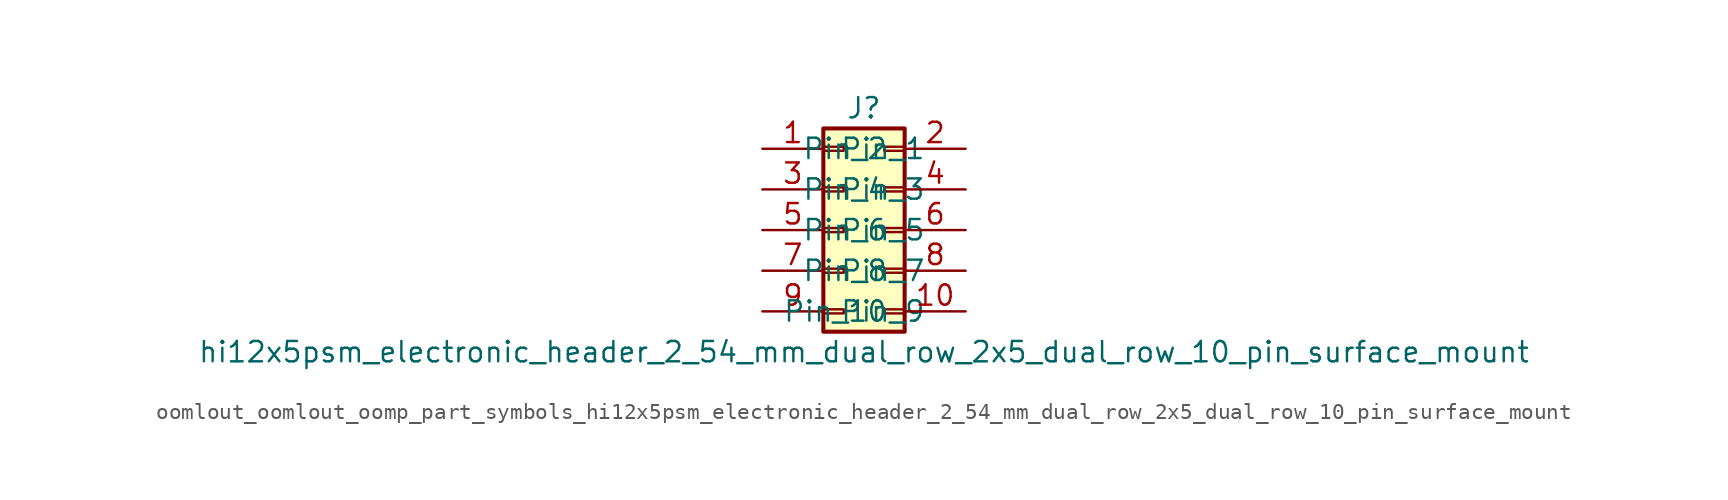
<source format=kicad_sym>
(kicad_symbol_lib
  (version 20220914)
  (generator kicad_symbol_editor)
  (symbol "oomlout_oomlout_oomp_part_symbols_hi12x5psm_electronic_header_2_54_mm_dual_row_2x5_dual_row_10_pin_surface_mount"
    (pin_names
      (offset 1.016))
    (property "Reference" "J"
      (at 1.27 7.62 0)
      (effects (font (size 1.27 1.27))))
    (property "Value" "hi12x5psm_electronic_header_2_54_mm_dual_row_2x5_dual_row_10_pin_surface_mount"
      (at 1.27 -7.62 0)
      (effects (font (size 1.27 1.27))))
    (symbol "oomlout_oomlout_oomp_part_symbols_hi12x5psm_electronic_header_2_54_mm_dual_row_2x5_dual_row_10_pin_surface_mount_1_1"
      (rectangle (start -1.27 -4.953) (end 0 -5.207) (stroke (width 0.152) (type default)) (fill (type none)))
      (rectangle (start -1.27 -2.413) (end 0 -2.667) (stroke (width 0.152) (type default)) (fill (type none)))
      (rectangle (start -1.27 0.127) (end 0 -0.127) (stroke (width 0.152) (type default)) (fill (type none)))
      (rectangle (start -1.27 2.667) (end 0 2.413) (stroke (width 0.152) (type default)) (fill (type none)))
      (rectangle (start -1.27 5.207) (end 0 4.953) (stroke (width 0.152) (type default)) (fill (type none)))
      (rectangle (start -1.27 6.35) (end 3.81 -6.35) (stroke (width 0.254) (type default)) (fill (type background)))
      (rectangle (start 3.81 -4.953) (end 2.54 -5.207) (stroke (width 0.152) (type default)) (fill (type none)))
      (rectangle (start 3.81 -2.413) (end 2.54 -2.667) (stroke (width 0.152) (type default)) (fill (type none)))
      (rectangle (start 3.81 0.127) (end 2.54 -0.127) (stroke (width 0.152) (type default)) (fill (type none)))
      (rectangle (start 3.81 2.667) (end 2.54 2.413) (stroke (width 0.152) (type default)) (fill (type none)))
      (rectangle (start 3.81 5.207) (end 2.54 4.953) (stroke (width 0.152) (type default)) (fill (type none)))
      (pin passive line (at -5.08 5.08 0) (length 3.81) (name "Pin_1" (effects (font (size 1.27 1.27)))) (number "1" (effects (font (size 1.27 1.27)))))
      (pin passive line (at 7.62 -5.08 180) (length 3.81) (name "Pin_10" (effects (font (size 1.27 1.27)))) (number "10" (effects (font (size 1.27 1.27)))))
      (pin passive line (at 7.62 5.08 180) (length 3.81) (name "Pin_2" (effects (font (size 1.27 1.27)))) (number "2" (effects (font (size 1.27 1.27)))))
      (pin passive line (at -5.08 2.54 0) (length 3.81) (name "Pin_3" (effects (font (size 1.27 1.27)))) (number "3" (effects (font (size 1.27 1.27)))))
      (pin passive line (at 7.62 2.54 180) (length 3.81) (name "Pin_4" (effects (font (size 1.27 1.27)))) (number "4" (effects (font (size 1.27 1.27)))))
      (pin passive line (at -5.08 0 0) (length 3.81) (name "Pin_5" (effects (font (size 1.27 1.27)))) (number "5" (effects (font (size 1.27 1.27)))))
      (pin passive line (at 7.62 0 180) (length 3.81) (name "Pin_6" (effects (font (size 1.27 1.27)))) (number "6" (effects (font (size 1.27 1.27)))))
      (pin passive line (at -5.08 -2.54 0) (length 3.81) (name "Pin_7" (effects (font (size 1.27 1.27)))) (number "7" (effects (font (size 1.27 1.27)))))
      (pin passive line (at 7.62 -2.54 180) (length 3.81) (name "Pin_8" (effects (font (size 1.27 1.27)))) (number "8" (effects (font (size 1.27 1.27)))))
      (pin passive line (at -5.08 -5.08 0) (length 3.81) (name "Pin_9" (effects (font (size 1.27 1.27)))) (number "9" (effects (font (size 1.27 1.27))))))))
</source>
